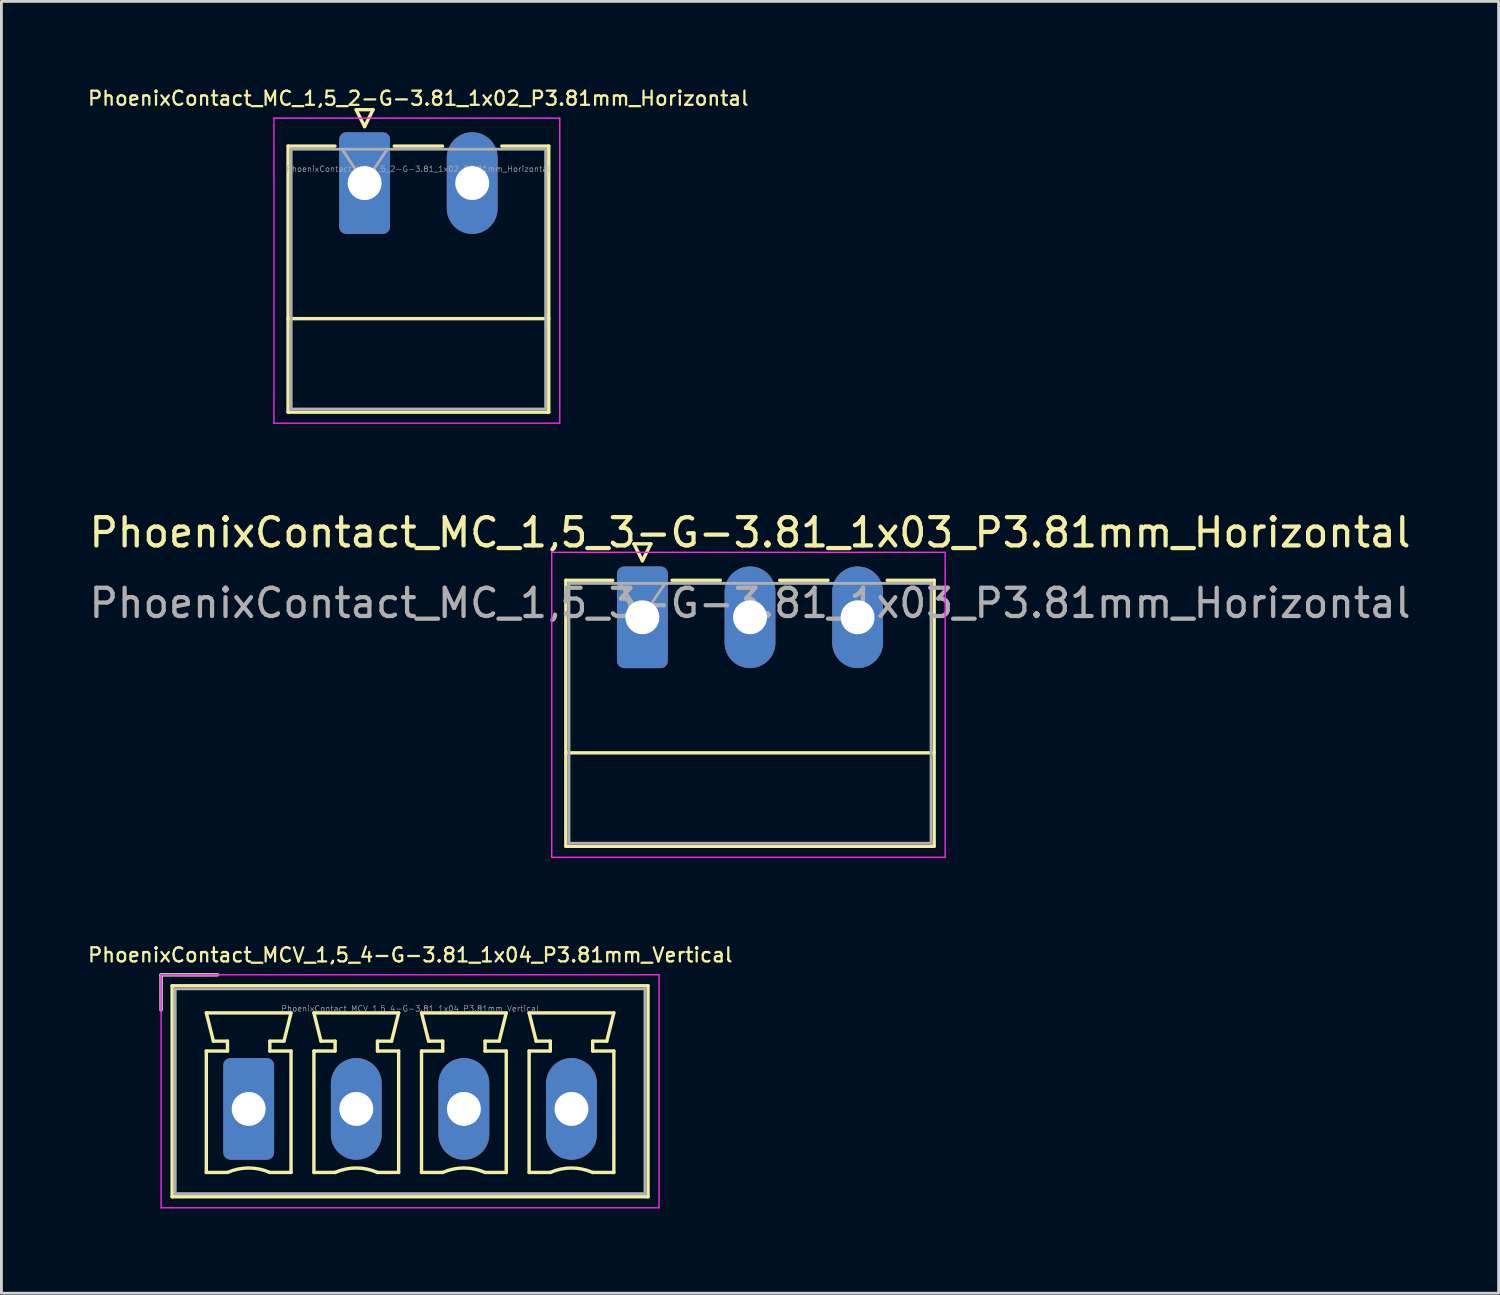
<source format=kicad_pcb>
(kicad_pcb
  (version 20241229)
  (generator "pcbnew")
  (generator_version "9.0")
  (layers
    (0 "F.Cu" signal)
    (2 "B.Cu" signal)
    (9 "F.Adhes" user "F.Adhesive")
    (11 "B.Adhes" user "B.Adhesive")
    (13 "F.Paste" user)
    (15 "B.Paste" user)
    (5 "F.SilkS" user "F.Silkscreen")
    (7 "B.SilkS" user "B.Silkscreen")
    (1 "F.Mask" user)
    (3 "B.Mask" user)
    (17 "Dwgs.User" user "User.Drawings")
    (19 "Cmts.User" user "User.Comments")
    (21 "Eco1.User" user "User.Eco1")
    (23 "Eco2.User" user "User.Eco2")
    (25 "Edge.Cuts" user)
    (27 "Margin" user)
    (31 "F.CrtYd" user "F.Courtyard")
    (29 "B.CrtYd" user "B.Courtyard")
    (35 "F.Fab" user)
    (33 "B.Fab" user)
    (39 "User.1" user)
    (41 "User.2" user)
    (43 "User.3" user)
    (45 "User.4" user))
  (footprint "PhoenixContact_MC_1,5_3-G-3.81_1x03_P3.81mm_Horizontal"
    (layer "F.Cu")
    (at 19.696 18.806)
    (property "Reference" "PhoenixContact_MC_1,5_3-G-3.81_1x03_P3.81mm_Horizontal" (at 3.81 -3 0) (layer "F.SilkS") (effects (font (size 1 1) (thickness 0.15))))
    (attr through_hole)
    (fp_line (start -2.71 -1.31) (end -2.71 8.11) (stroke (width 0.12) (type solid)) (layer "F.SilkS"))
    (fp_line (start -2.71 -1.31) (end -1.05 -1.31) (stroke (width 0.12) (type solid)) (layer "F.SilkS"))
    (fp_line (start -2.71 4.8) (end 10.33 4.8) (stroke (width 0.12) (type solid)) (layer "F.SilkS"))
    (fp_line (start -2.71 8.11) (end 10.33 8.11) (stroke (width 0.12) (type solid)) (layer "F.SilkS"))
    (fp_line (start -0.3 -2.6) (end 0.3 -2.6) (stroke (width 0.12) (type solid)) (layer "F.SilkS"))
    (fp_line (start 0 -2) (end -0.3 -2.6) (stroke (width 0.12) (type solid)) (layer "F.SilkS"))
    (fp_line (start 0.3 -2.6) (end 0 -2) (stroke (width 0.12) (type solid)) (layer "F.SilkS"))
    (fp_line (start 1.05 -1.31) (end 2.76 -1.31) (stroke (width 0.12) (type solid)) (layer "F.SilkS"))
    (fp_line (start 4.86 -1.31) (end 6.57 -1.31) (stroke (width 0.12) (type solid)) (layer "F.SilkS"))
    (fp_line (start 10.33 -1.31) (end 8.67 -1.31) (stroke (width 0.12) (type solid)) (layer "F.SilkS"))
    (fp_line (start 10.33 8.11) (end 10.33 -1.31) (stroke (width 0.12) (type solid)) (layer "F.SilkS"))
    (fp_line (start -3.21 -2.3) (end -3.21 8.5) (stroke (width 0.05) (type solid)) (layer "F.CrtYd"))
    (fp_line (start -3.21 8.5) (end 10.72 8.5) (stroke (width 0.05) (type solid)) (layer "F.CrtYd"))
    (fp_line (start 10.72 -2.3) (end -3.21 -2.3) (stroke (width 0.05) (type solid)) (layer "F.CrtYd"))
    (fp_line (start 10.72 8.5) (end 10.72 -2.3) (stroke (width 0.05) (type solid)) (layer "F.CrtYd"))
    (fp_line (start -2.6 -1.2) (end -2.6 8) (stroke (width 0.1) (type solid)) (layer "F.Fab"))
    (fp_line (start -2.6 8) (end 10.22 8) (stroke (width 0.1) (type solid)) (layer "F.Fab"))
    (fp_line (start 0 0) (end -0.8 -1.2) (stroke (width 0.1) (type solid)) (layer "F.Fab"))
    (fp_line (start 0.8 -1.2) (end 0 0) (stroke (width 0.1) (type solid)) (layer "F.Fab"))
    (fp_line (start 10.22 -1.2) (end -2.6 -1.2) (stroke (width 0.1) (type solid)) (layer "F.Fab"))
    (fp_line (start 10.22 8) (end 10.22 -1.2) (stroke (width 0.1) (type solid)) (layer "F.Fab"))
    (fp_text user "${REFERENCE}" (at 3.81 -0.5 0) (layer "F.Fab") (effects (font (size 1 1) (thickness 0.15))))
    (pad "1" thru_hole roundrect (at 0 0) (size 1.8 3.6) (drill 1.2) (layers "*.Cu" "*.Mask") (roundrect_rratio 0.139))
    (pad "2" thru_hole oval (at 3.81 0) (size 1.8 3.6) (drill 1.2) (layers "*.Cu" "*.Mask"))
    (pad "3" thru_hole oval (at 7.62 0) (size 1.8 3.6) (drill 1.2) (layers "*.Cu" "*.Mask")))
  (footprint "PhoenixContact_MC_1,5_2-G-3.81_1x02_P3.81mm_Horizontal"
    (layer "F.Cu")
    (at 9.86 3.433)
    (property "Reference" "PhoenixContact_MC_1,5_2-G-3.81_1x02_P3.81mm_Horizontal" (at 1.9 -3 0) (layer "F.SilkS") (effects (font (size 0.5 0.5) (thickness 0.08))))
    (attr through_hole)
    (fp_line (start -2.71 -1.31) (end -2.71 8.11) (stroke (width 0.12) (type solid)) (layer "F.SilkS"))
    (fp_line (start -2.71 -1.31) (end -1.05 -1.31) (stroke (width 0.12) (type solid)) (layer "F.SilkS"))
    (fp_line (start -2.71 4.8) (end 6.52 4.8) (stroke (width 0.12) (type solid)) (layer "F.SilkS"))
    (fp_line (start -2.71 8.11) (end 6.52 8.11) (stroke (width 0.12) (type solid)) (layer "F.SilkS"))
    (fp_line (start -0.3 -2.6) (end 0.3 -2.6) (stroke (width 0.12) (type solid)) (layer "F.SilkS"))
    (fp_line (start 0 -2) (end -0.3 -2.6) (stroke (width 0.12) (type solid)) (layer "F.SilkS"))
    (fp_line (start 0.3 -2.6) (end 0 -2) (stroke (width 0.12) (type solid)) (layer "F.SilkS"))
    (fp_line (start 1.05 -1.31) (end 2.76 -1.31) (stroke (width 0.12) (type solid)) (layer "F.SilkS"))
    (fp_line (start 6.52 -1.31) (end 4.86 -1.31) (stroke (width 0.12) (type solid)) (layer "F.SilkS"))
    (fp_line (start 6.52 8.11) (end 6.52 -1.31) (stroke (width 0.12) (type solid)) (layer "F.SilkS"))
    (fp_line (start -3.21 -2.3) (end -3.21 8.5) (stroke (width 0.05) (type solid)) (layer "F.CrtYd"))
    (fp_line (start -3.21 8.5) (end 6.91 8.5) (stroke (width 0.05) (type solid)) (layer "F.CrtYd"))
    (fp_line (start 6.91 -2.3) (end -3.21 -2.3) (stroke (width 0.05) (type solid)) (layer "F.CrtYd"))
    (fp_line (start 6.91 8.5) (end 6.91 -2.3) (stroke (width 0.05) (type solid)) (layer "F.CrtYd"))
    (fp_line (start -2.6 -1.2) (end -2.6 8) (stroke (width 0.1) (type solid)) (layer "F.Fab"))
    (fp_line (start -2.6 8) (end 6.41 8) (stroke (width 0.1) (type solid)) (layer "F.Fab"))
    (fp_line (start 0 0) (end -0.8 -1.2) (stroke (width 0.1) (type solid)) (layer "F.Fab"))
    (fp_line (start 0.8 -1.2) (end 0 0) (stroke (width 0.1) (type solid)) (layer "F.Fab"))
    (fp_line (start 6.41 -1.2) (end -2.6 -1.2) (stroke (width 0.1) (type solid)) (layer "F.Fab"))
    (fp_line (start 6.41 8) (end 6.41 -1.2) (stroke (width 0.1) (type solid)) (layer "F.Fab"))
    (fp_text user "${REFERENCE}" (at 1.9 -0.5 0) (layer "F.Fab") (effects (font (size 0.2 0.2) (thickness 0.02))))
    (pad "1" thru_hole roundrect (at 0 0) (size 1.8 3.6) (drill 1.2) (layers "*.Cu" "*.Mask") (roundrect_rratio 0.139))
    (pad "2" thru_hole oval (at 3.81 0) (size 1.8 3.6) (drill 1.2) (layers "*.Cu" "*.Mask")))
  (footprint "PhoenixContact_MCV_1,5_4-G-3.81_1x04_P3.81mm_Vertical"
    (layer "F.Cu")
    (at 5.755 36.214)
    (property "Reference" "PhoenixContact_MCV_1,5_4-G-3.81_1x04_P3.81mm_Vertical" (at 5.72 -5.45 0) (layer "F.SilkS") (effects (font (size 0.5 0.5) (thickness 0.08))))
    (attr through_hole)
    (fp_line (start -3.1 -4.75) (end -1.1 -4.75) (stroke (width 0.12) (type solid)) (layer "F.SilkS"))
    (fp_line (start -3.1 -3.5) (end -3.1 -4.75) (stroke (width 0.12) (type solid)) (layer "F.SilkS"))
    (fp_line (start -2.71 -4.36) (end -2.71 3.11) (stroke (width 0.12) (type solid)) (layer "F.SilkS"))
    (fp_line (start -2.71 3.11) (end 14.14 3.11) (stroke (width 0.12) (type solid)) (layer "F.SilkS"))
    (fp_line (start -1.5 -3.4) (end 1.5 -3.4) (stroke (width 0.12) (type solid)) (layer "F.SilkS"))
    (fp_line (start -1.5 -2.05) (end -0.75 -2.05) (stroke (width 0.12) (type solid)) (layer "F.SilkS"))
    (fp_line (start -1.5 2.25) (end -1.5 -2.05) (stroke (width 0.12) (type solid)) (layer "F.SilkS"))
    (fp_line (start -1.25 -2.4) (end -1.5 -3.4) (stroke (width 0.12) (type solid)) (layer "F.SilkS"))
    (fp_line (start -0.75 -2.4) (end -1.25 -2.4) (stroke (width 0.12) (type solid)) (layer "F.SilkS"))
    (fp_line (start -0.75 -2.05) (end -0.75 -2.4) (stroke (width 0.12) (type solid)) (layer "F.SilkS"))
    (fp_line (start -0.75 2.25) (end -1.5 2.25) (stroke (width 0.12) (type solid)) (layer "F.SilkS"))
    (fp_line (start 0.75 -2.4) (end 0.75 -2.05) (stroke (width 0.12) (type solid)) (layer "F.SilkS"))
    (fp_line (start 0.75 -2.05) (end 1.5 -2.05) (stroke (width 0.12) (type solid)) (layer "F.SilkS"))
    (fp_line (start 1.25 -2.4) (end 0.75 -2.4) (stroke (width 0.12) (type solid)) (layer "F.SilkS"))
    (fp_line (start 1.5 -3.4) (end 1.25 -2.4) (stroke (width 0.12) (type solid)) (layer "F.SilkS"))
    (fp_line (start 1.5 -2.05) (end 1.5 2.25) (stroke (width 0.12) (type solid)) (layer "F.SilkS"))
    (fp_line (start 1.5 2.25) (end 0.75 2.25) (stroke (width 0.12) (type solid)) (layer "F.SilkS"))
    (fp_line (start 2.31 -3.4) (end 5.31 -3.4) (stroke (width 0.12) (type solid)) (layer "F.SilkS"))
    (fp_line (start 2.31 -2.05) (end 3.06 -2.05) (stroke (width 0.12) (type solid)) (layer "F.SilkS"))
    (fp_line (start 2.31 2.25) (end 2.31 -2.05) (stroke (width 0.12) (type solid)) (layer "F.SilkS"))
    (fp_line (start 2.56 -2.4) (end 2.31 -3.4) (stroke (width 0.12) (type solid)) (layer "F.SilkS"))
    (fp_line (start 3.06 -2.4) (end 2.56 -2.4) (stroke (width 0.12) (type solid)) (layer "F.SilkS"))
    (fp_line (start 3.06 -2.05) (end 3.06 -2.4) (stroke (width 0.12) (type solid)) (layer "F.SilkS"))
    (fp_line (start 3.06 2.25) (end 2.31 2.25) (stroke (width 0.12) (type solid)) (layer "F.SilkS"))
    (fp_line (start 4.56 -2.4) (end 4.56 -2.05) (stroke (width 0.12) (type solid)) (layer "F.SilkS"))
    (fp_line (start 4.56 -2.05) (end 5.31 -2.05) (stroke (width 0.12) (type solid)) (layer "F.SilkS"))
    (fp_line (start 5.06 -2.4) (end 4.56 -2.4) (stroke (width 0.12) (type solid)) (layer "F.SilkS"))
    (fp_line (start 5.31 -3.4) (end 5.06 -2.4) (stroke (width 0.12) (type solid)) (layer "F.SilkS"))
    (fp_line (start 5.31 -2.05) (end 5.31 2.25) (stroke (width 0.12) (type solid)) (layer "F.SilkS"))
    (fp_line (start 5.31 2.25) (end 4.56 2.25) (stroke (width 0.12) (type solid)) (layer "F.SilkS"))
    (fp_line (start 6.12 -3.4) (end 9.12 -3.4) (stroke (width 0.12) (type solid)) (layer "F.SilkS"))
    (fp_line (start 6.12 -2.05) (end 6.87 -2.05) (stroke (width 0.12) (type solid)) (layer "F.SilkS"))
    (fp_line (start 6.12 2.25) (end 6.12 -2.05) (stroke (width 0.12) (type solid)) (layer "F.SilkS"))
    (fp_line (start 6.37 -2.4) (end 6.12 -3.4) (stroke (width 0.12) (type solid)) (layer "F.SilkS"))
    (fp_line (start 6.87 -2.4) (end 6.37 -2.4) (stroke (width 0.12) (type solid)) (layer "F.SilkS"))
    (fp_line (start 6.87 -2.05) (end 6.87 -2.4) (stroke (width 0.12) (type solid)) (layer "F.SilkS"))
    (fp_line (start 6.87 2.25) (end 6.12 2.25) (stroke (width 0.12) (type solid)) (layer "F.SilkS"))
    (fp_line (start 8.37 -2.4) (end 8.37 -2.05) (stroke (width 0.12) (type solid)) (layer "F.SilkS"))
    (fp_line (start 8.37 -2.05) (end 9.12 -2.05) (stroke (width 0.12) (type solid)) (layer "F.SilkS"))
    (fp_line (start 8.87 -2.4) (end 8.37 -2.4) (stroke (width 0.12) (type solid)) (layer "F.SilkS"))
    (fp_line (start 9.12 -3.4) (end 8.87 -2.4) (stroke (width 0.12) (type solid)) (layer "F.SilkS"))
    (fp_line (start 9.12 -2.05) (end 9.12 2.25) (stroke (width 0.12) (type solid)) (layer "F.SilkS"))
    (fp_line (start 9.12 2.25) (end 8.37 2.25) (stroke (width 0.12) (type solid)) (layer "F.SilkS"))
    (fp_line (start 9.93 -3.4) (end 12.93 -3.4) (stroke (width 0.12) (type solid)) (layer "F.SilkS"))
    (fp_line (start 9.93 -2.05) (end 10.68 -2.05) (stroke (width 0.12) (type solid)) (layer "F.SilkS"))
    (fp_line (start 9.93 2.25) (end 9.93 -2.05) (stroke (width 0.12) (type solid)) (layer "F.SilkS"))
    (fp_line (start 10.18 -2.4) (end 9.93 -3.4) (stroke (width 0.12) (type solid)) (layer "F.SilkS"))
    (fp_line (start 10.68 -2.4) (end 10.18 -2.4) (stroke (width 0.12) (type solid)) (layer "F.SilkS"))
    (fp_line (start 10.68 -2.05) (end 10.68 -2.4) (stroke (width 0.12) (type solid)) (layer "F.SilkS"))
    (fp_line (start 10.68 2.25) (end 9.93 2.25) (stroke (width 0.12) (type solid)) (layer "F.SilkS"))
    (fp_line (start 12.18 -2.4) (end 12.18 -2.05) (stroke (width 0.12) (type solid)) (layer "F.SilkS"))
    (fp_line (start 12.18 -2.05) (end 12.93 -2.05) (stroke (width 0.12) (type solid)) (layer "F.SilkS"))
    (fp_line (start 12.68 -2.4) (end 12.18 -2.4) (stroke (width 0.12) (type solid)) (layer "F.SilkS"))
    (fp_line (start 12.93 -3.4) (end 12.68 -2.4) (stroke (width 0.12) (type solid)) (layer "F.SilkS"))
    (fp_line (start 12.93 -2.05) (end 12.93 2.25) (stroke (width 0.12) (type solid)) (layer "F.SilkS"))
    (fp_line (start 12.93 2.25) (end 12.18 2.25) (stroke (width 0.12) (type solid)) (layer "F.SilkS"))
    (fp_line (start 14.14 -4.36) (end -2.71 -4.36) (stroke (width 0.12) (type solid)) (layer "F.SilkS"))
    (fp_line (start 14.14 3.11) (end 14.14 -4.36) (stroke (width 0.12) (type solid)) (layer "F.SilkS"))
    (fp_arc (start -0.75 2.25) (mid -0.000193 2.09191) (end 0.749647 2.249844) (stroke (width 0.12) (type solid)) (layer "F.SilkS"))
    (fp_arc (start 3.06 2.25) (mid 3.809807 2.09191) (end 4.559647 2.249844) (stroke (width 0.12) (type solid)) (layer "F.SilkS"))
    (fp_arc (start 6.87 2.25) (mid 7.619807 2.09191) (end 8.369647 2.249844) (stroke (width 0.12) (type solid)) (layer "F.SilkS"))
    (fp_arc (start 10.68 2.25) (mid 11.429807 2.09191) (end 12.179647 2.249844) (stroke (width 0.12) (type solid)) (layer "F.SilkS"))
    (fp_line (start -3.1 -4.75) (end -3.1 3.5) (stroke (width 0.05) (type solid)) (layer "F.CrtYd"))
    (fp_line (start -3.1 3.5) (end 14.53 3.5) (stroke (width 0.05) (type solid)) (layer "F.CrtYd"))
    (fp_line (start 14.53 -4.75) (end -3.1 -4.75) (stroke (width 0.05) (type solid)) (layer "F.CrtYd"))
    (fp_line (start 14.53 3.5) (end 14.53 -4.75) (stroke (width 0.05) (type solid)) (layer "F.CrtYd"))
    (fp_line (start -3.1 -4.75) (end -1.1 -4.75) (stroke (width 0.1) (type solid)) (layer "F.Fab"))
    (fp_line (start -3.1 -3.5) (end -3.1 -4.75) (stroke (width 0.1) (type solid)) (layer "F.Fab"))
    (fp_line (start -2.6 -4.25) (end -2.6 3) (stroke (width 0.1) (type solid)) (layer "F.Fab"))
    (fp_line (start -2.6 3) (end 14.03 3) (stroke (width 0.1) (type solid)) (layer "F.Fab"))
    (fp_line (start 14.03 -4.25) (end -2.6 -4.25) (stroke (width 0.1) (type solid)) (layer "F.Fab"))
    (fp_line (start 14.03 3) (end 14.03 -4.25) (stroke (width 0.1) (type solid)) (layer "F.Fab"))
    (fp_text user "${REFERENCE}" (at 5.72 -3.55 0) (layer "F.Fab") (effects (font (size 0.2 0.2) (thickness 0.02))))
    (pad "1" thru_hole roundrect (at 0 0) (size 1.8 3.6) (drill 1.2) (layers "*.Cu" "*.Mask") (roundrect_rratio 0.139))
    (pad "2" thru_hole oval (at 3.81 0) (size 1.8 3.6) (drill 1.2) (layers "*.Cu" "*.Mask"))
    (pad "3" thru_hole oval (at 7.62 0) (size 1.8 3.6) (drill 1.2) (layers "*.Cu" "*.Mask"))
    (pad "4" thru_hole oval (at 11.43 0) (size 1.8 3.6) (drill 1.2) (layers "*.Cu" "*.Mask")))
  (gr_rect
    (start -3 -3)
    (end 50.012 42.739)
    (stroke (width 0.1) (type default))
    (fill no)
    (layer "Edge.Cuts")))
</source>
